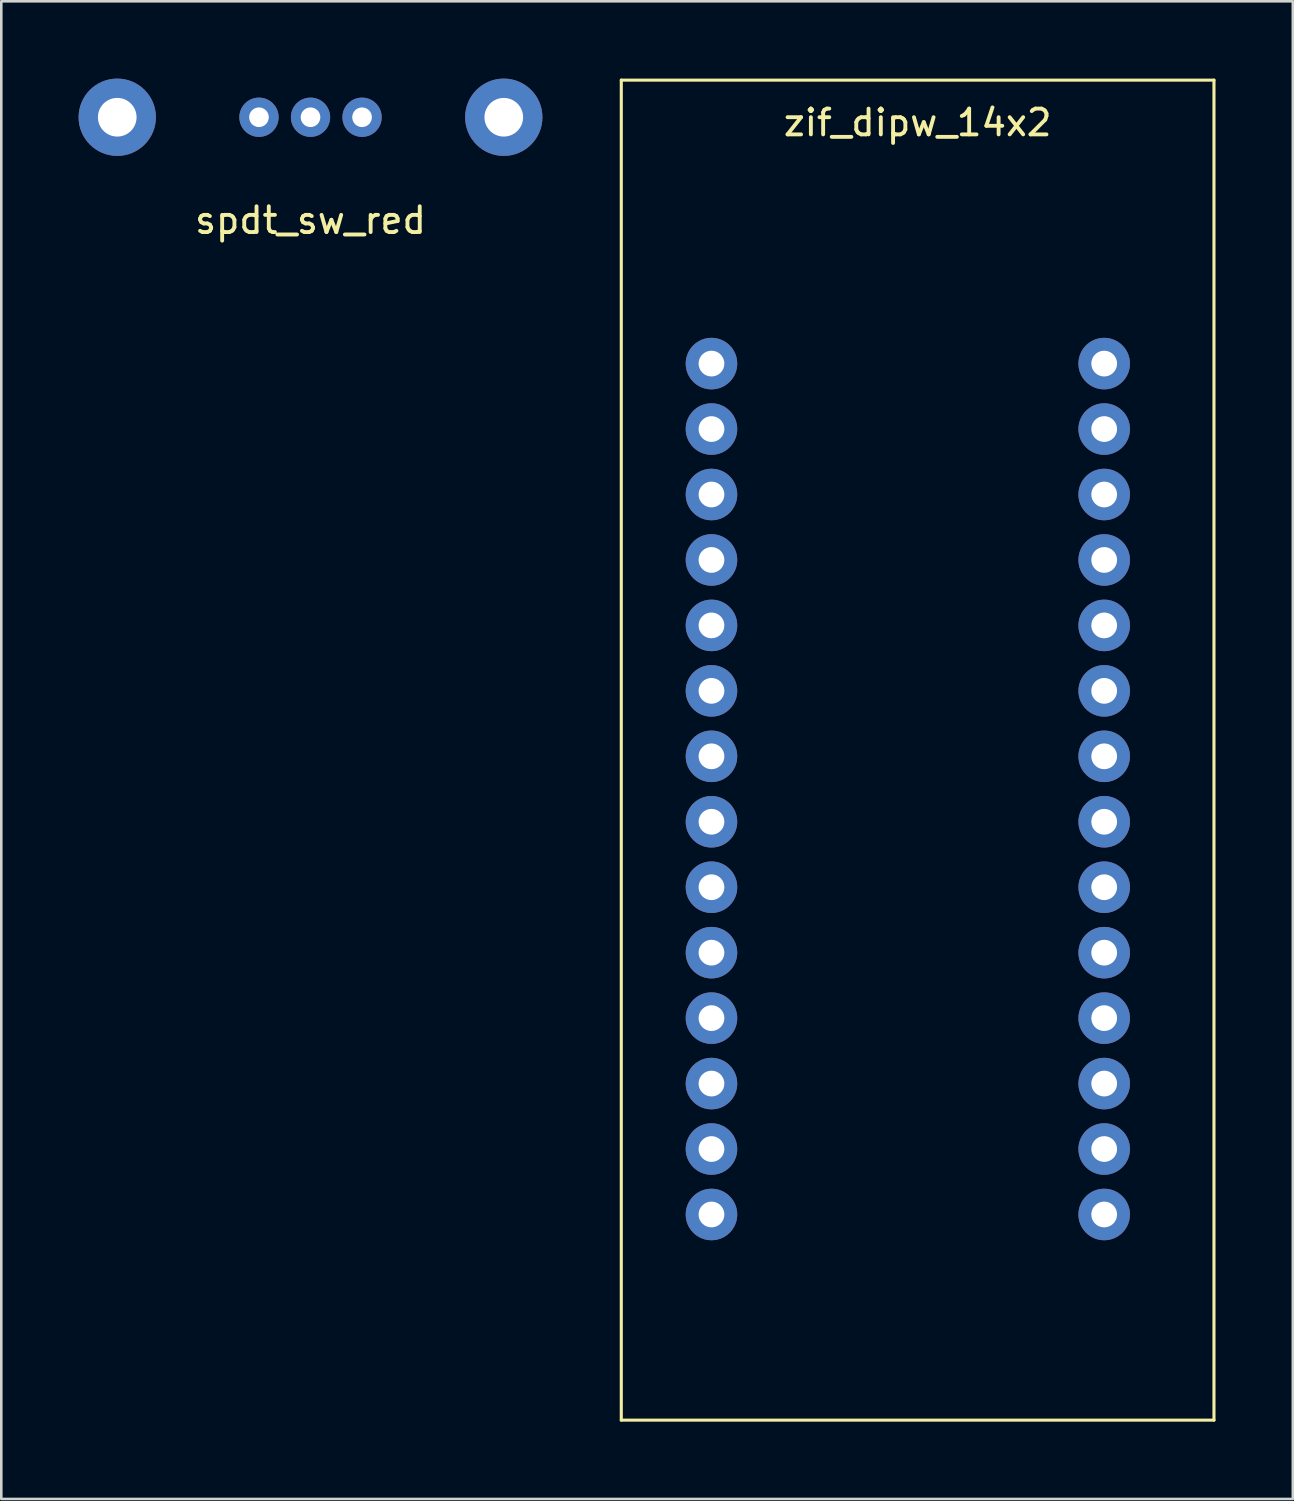
<source format=kicad_pcb>
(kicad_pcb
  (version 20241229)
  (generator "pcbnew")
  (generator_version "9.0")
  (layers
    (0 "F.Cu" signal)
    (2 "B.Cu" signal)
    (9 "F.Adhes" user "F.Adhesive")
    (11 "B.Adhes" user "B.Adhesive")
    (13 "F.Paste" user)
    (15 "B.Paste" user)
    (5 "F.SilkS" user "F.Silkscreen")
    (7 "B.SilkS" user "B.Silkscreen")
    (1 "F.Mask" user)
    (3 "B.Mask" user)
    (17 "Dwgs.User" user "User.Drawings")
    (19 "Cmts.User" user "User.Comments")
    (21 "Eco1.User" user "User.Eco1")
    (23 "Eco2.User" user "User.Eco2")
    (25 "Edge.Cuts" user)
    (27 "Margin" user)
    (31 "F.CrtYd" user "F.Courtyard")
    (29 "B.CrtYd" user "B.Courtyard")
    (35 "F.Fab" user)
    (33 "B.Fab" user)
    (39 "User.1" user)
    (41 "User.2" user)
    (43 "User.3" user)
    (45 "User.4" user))
  (footprint "zif_dipw_14x2"
    (layer "F.Cu")
    (at 32.56 27.71)
    (property "Reference" "zif_dipw_14x2" (at 0 -26 0) (layer "F.SilkS") (effects (font (size 1 1) (thickness 0.15))))
    (attr through_hole)
    (fp_line (start -11.5 -27.65) (end -11.5 24.35) (stroke (width 0.12) (type solid)) (layer "F.SilkS"))
    (fp_line (start -11.5 -27.65) (end 11.5 -27.65) (stroke (width 0.12) (type solid)) (layer "F.SilkS"))
    (fp_line (start 11.5 -27.65) (end 11.5 24.35) (stroke (width 0.12) (type solid)) (layer "F.SilkS"))
    (fp_line (start 11.5 24.35) (end -11.5 24.35) (stroke (width 0.12) (type solid)) (layer "F.SilkS"))
    (pad "1" thru_hole circle (at -8 -16.65) (size 2 2) (drill 1) (layers "*.Mask" "B.Cu"))
    (pad "2" thru_hole circle (at -8 -14.11) (size 2 2) (drill 1) (layers "*.Mask" "B.Cu"))
    (pad "3" thru_hole circle (at -8 -11.57) (size 2 2) (drill 1) (layers "*.Mask" "B.Cu"))
    (pad "4" thru_hole circle (at -8 -9.03) (size 2 2) (drill 1) (layers "*.Mask" "B.Cu"))
    (pad "5" thru_hole circle (at -8 -6.49) (size 2 2) (drill 1) (layers "*.Mask" "B.Cu"))
    (pad "6" thru_hole circle (at -8 -3.95) (size 2 2) (drill 1) (layers "*.Mask" "B.Cu"))
    (pad "7" thru_hole circle (at -8 -1.41) (size 2 2) (drill 1) (layers "*.Mask" "B.Cu"))
    (pad "8" thru_hole circle (at -8 1.13) (size 2 2) (drill 1) (layers "*.Mask" "B.Cu"))
    (pad "9" thru_hole circle (at -8 3.67) (size 2 2) (drill 1) (layers "*.Mask" "B.Cu"))
    (pad "10" thru_hole circle (at -8 6.21) (size 2 2) (drill 1) (layers "*.Mask" "B.Cu"))
    (pad "11" thru_hole circle (at -8 8.75) (size 2 2) (drill 1) (layers "*.Mask" "B.Cu"))
    (pad "12" thru_hole circle (at -8 11.29) (size 2 2) (drill 1) (layers "*.Mask" "B.Cu"))
    (pad "13" thru_hole circle (at -8 13.83) (size 2 2) (drill 1) (layers "*.Mask" "B.Cu"))
    (pad "14" thru_hole circle (at -8 16.37) (size 2 2) (drill 1) (layers "*.Mask" "B.Cu"))
    (pad "15" thru_hole circle (at 7.24 16.37) (size 2 2) (drill 1) (layers "*.Mask" "B.Cu"))
    (pad "16" thru_hole circle (at 7.24 13.83) (size 2 2) (drill 1) (layers "*.Mask" "B.Cu"))
    (pad "17" thru_hole circle (at 7.24 11.29) (size 2 2) (drill 1) (layers "*.Mask" "B.Cu"))
    (pad "18" thru_hole circle (at 7.24 8.75) (size 2 2) (drill 1) (layers "*.Mask" "B.Cu"))
    (pad "19" thru_hole circle (at 7.24 6.21) (size 2 2) (drill 1) (layers "*.Mask" "B.Cu"))
    (pad "20" thru_hole circle (at 7.24 3.67) (size 2 2) (drill 1) (layers "*.Mask" "B.Cu"))
    (pad "21" thru_hole circle (at 7.24 1.13) (size 2 2) (drill 1) (layers "*.Mask" "B.Cu"))
    (pad "22" thru_hole circle (at 7.24 -1.41) (size 2 2) (drill 1) (layers "*.Mask" "B.Cu"))
    (pad "23" thru_hole circle (at 7.24 -3.95) (size 2 2) (drill 1) (layers "*.Mask" "B.Cu"))
    (pad "24" thru_hole circle (at 7.24 -6.49) (size 2 2) (drill 1) (layers "*.Mask" "B.Cu"))
    (pad "25" thru_hole circle (at 7.24 -9.03) (size 2 2) (drill 1) (layers "*.Mask" "B.Cu"))
    (pad "26" thru_hole circle (at 7.24 -11.57) (size 2 2) (drill 1) (layers "*.Mask" "B.Cu"))
    (pad "27" thru_hole circle (at 7.24 -14.11) (size 2 2) (drill 1) (layers "*.Mask" "B.Cu"))
    (pad "28" thru_hole circle (at 7.24 -16.65) (size 2 2) (drill 1) (layers "*.Mask" "B.Cu")))
  (footprint "spdt_sw_red"
    (layer "F.Cu")
    (at 9 1.5)
    (property "Reference" "spdt_sw_red" (at 0 4 0) (layer "F.SilkS") (effects (font (size 1 1) (thickness 0.15))))
    (attr through_hole)
    (pad "" thru_hole circle (at -7.5 0) (size 3 3) (drill 1.5) (layers "*.Cu" "*.Mask"))
    (pad "" thru_hole circle (at 7.5 0) (size 3 3) (drill 1.5) (layers "*.Cu" "*.Mask"))
    (pad "1" thru_hole circle (at -2 0) (size 1.524 1.524) (drill 0.762) (layers "*.Cu" "*.Mask"))
    (pad "2" thru_hole circle (at 0 0) (size 1.524 1.524) (drill 0.762) (layers "*.Cu" "*.Mask"))
    (pad "3" thru_hole circle (at 2 0) (size 1.524 1.524) (drill 0.762) (layers "*.Cu" "*.Mask")))
  (gr_rect
    (start -3 -3)
    (end 47.12 55.12)
    (stroke (width 0.1) (type default))
    (fill no)
    (layer "Edge.Cuts")))
</source>
